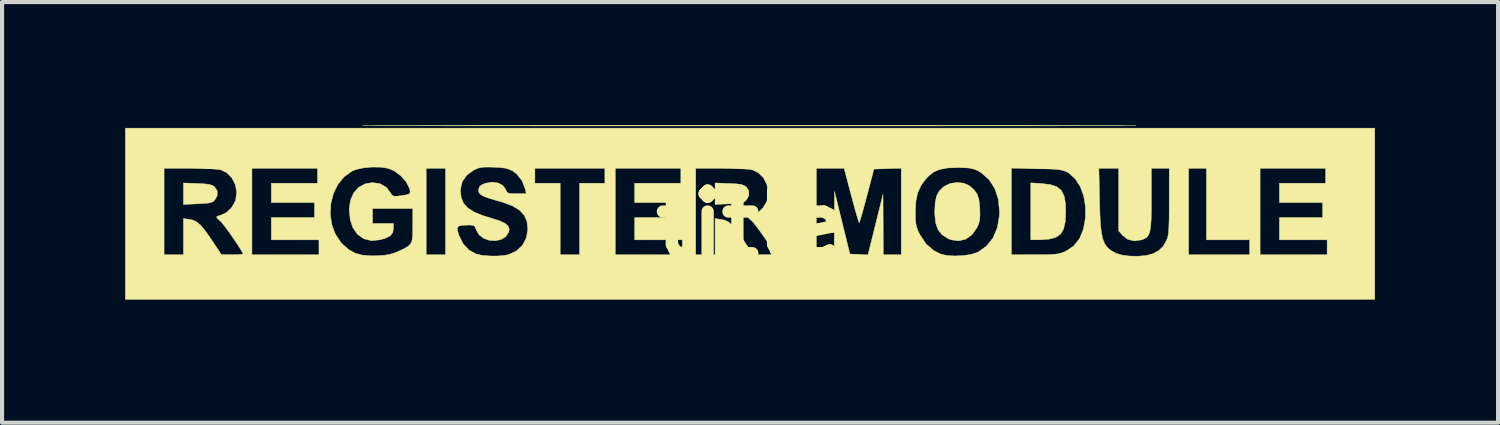
<source format=kicad_pcb>
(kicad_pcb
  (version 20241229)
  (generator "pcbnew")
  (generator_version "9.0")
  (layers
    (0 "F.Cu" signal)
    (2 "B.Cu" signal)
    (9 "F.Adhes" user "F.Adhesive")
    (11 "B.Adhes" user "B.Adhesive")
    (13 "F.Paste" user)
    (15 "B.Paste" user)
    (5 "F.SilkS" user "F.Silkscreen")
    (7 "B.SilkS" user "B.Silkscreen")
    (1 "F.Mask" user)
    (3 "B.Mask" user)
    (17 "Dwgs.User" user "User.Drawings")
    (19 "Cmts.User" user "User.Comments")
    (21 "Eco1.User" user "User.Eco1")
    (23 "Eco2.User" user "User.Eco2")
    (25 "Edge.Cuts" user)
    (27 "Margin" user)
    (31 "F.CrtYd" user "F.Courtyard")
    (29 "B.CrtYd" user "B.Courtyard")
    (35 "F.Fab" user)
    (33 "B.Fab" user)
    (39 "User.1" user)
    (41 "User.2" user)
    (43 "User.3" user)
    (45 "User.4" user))
  (footprint "title"
    (layer "F.Cu")
    (at 15.245 2.431)
    (property "Reference" "title" (at 0 0 0) (layer "F.SilkS") (effects (font (size 1.524 1.524) (thickness 0.3))))
    (attr through_hole)
    (fp_poly (pts (xy -13.484 -1.01) (xy -13.311 -1.001) (xy -13.194 -0.986) (xy -13.117 -0.962) (xy -13.067 -0.929) (xy -13.001 -0.828) (xy -13.003 -0.712) (xy -13.058 -0.614) (xy -13.097 -0.574) (xy -13.149 -0.548) (xy -13.229 -0.531) (xy -13.355 -0.521) (xy -13.475 -0.515) (xy -13.825 -0.499) (xy -13.825 -1.023) (xy -13.484 -1.01)) (stroke (width 0.01) (type solid)) (fill yes) (layer "F.SilkS"))
    (fp_poly (pts (xy -0.53 -1.01) (xy -0.357 -1.001) (xy -0.24 -0.986) (xy -0.163 -0.962) (xy -0.113 -0.929) (xy -0.047 -0.828) (xy -0.049 -0.712) (xy -0.104 -0.614) (xy -0.143 -0.574) (xy -0.195 -0.548) (xy -0.275 -0.531) (xy -0.401 -0.521) (xy -0.521 -0.515) (xy -0.871 -0.499) (xy -0.871 -1.023) (xy -0.53 -1.01)) (stroke (width 0.01) (type solid)) (fill yes) (layer "F.SilkS"))
    (fp_poly (pts (xy 7.092 -1.008) (xy 7.305 -0.982) (xy 7.462 -0.928) (xy 7.57 -0.838) (xy 7.636 -0.703) (xy 7.668 -0.514) (xy 7.674 -0.328) (xy 7.663 -0.086) (xy 7.623 0.095) (xy 7.549 0.222) (xy 7.432 0.303) (xy 7.265 0.347) (xy 7.048 0.361) (xy 6.822 0.363) (xy 6.822 -1.026) (xy 7.092 -1.008)) (stroke (width 0.01) (type solid)) (fill yes) (layer "F.SilkS"))
    (fp_poly (pts (xy 5.191 -1.017) (xy 5.322 -0.958) (xy 5.439 -0.857) (xy 5.515 -0.751) (xy 5.558 -0.619) (xy 5.579 -0.442) (xy 5.581 -0.387) (xy 5.584 -0.226) (xy 5.575 -0.111) (xy 5.549 -0.018) (xy 5.509 0.07) (xy 5.387 0.24) (xy 5.236 0.347) (xy 5.064 0.388) (xy 4.877 0.361) (xy 4.804 0.332) (xy 4.661 0.241) (xy 4.563 0.119) (xy 4.505 -0.045) (xy 4.482 -0.263) (xy 4.482 -0.327) (xy 4.492 -0.54) (xy 4.525 -0.7) (xy 4.589 -0.822) (xy 4.69 -0.923) (xy 4.724 -0.948) (xy 4.863 -1.012) (xy 5.029 -1.035) (xy 5.191 -1.017)) (stroke (width 0.01) (type solid)) (fill yes) (layer "F.SilkS"))
    (fp_poly (pts (xy 0.601 -2.426) (xy 1.712 -2.426) (xy 2.807 -2.425) (xy 3.878 -2.425) (xy 4.913 -2.424) (xy 5.904 -2.424) (xy 6.84 -2.423) (xy 7.593 -2.422) (xy 8.058 -2.421) (xy 8.451 -2.421) (xy 8.774 -2.42) (xy 9.028 -2.42) (xy 9.213 -2.419) (xy 9.33 -2.419) (xy 9.381 -2.418) (xy 9.367 -2.418) (xy 9.287 -2.417) (xy 9.145 -2.417) (xy 8.94 -2.416) (xy 8.674 -2.416) (xy 8.347 -2.415) (xy 7.96 -2.415) (xy 7.516 -2.415) (xy 7.014 -2.414) (xy 6.455 -2.414) (xy 5.841 -2.414) (xy 5.173 -2.414) (xy 4.451 -2.413) (xy 3.677 -2.413) (xy 2.852 -2.413) (xy 1.977 -2.413) (xy 1.052 -2.413) (xy 0.078 -2.413) (xy -0.036 -2.413) (xy -1.015 -2.413) (xy -1.945 -2.413) (xy -2.827 -2.413) (xy -3.658 -2.413) (xy -4.438 -2.413) (xy -5.165 -2.413) (xy -5.84 -2.414) (xy -6.46 -2.414) (xy -7.025 -2.414) (xy -7.534 -2.415) (xy -7.985 -2.415) (xy -8.378 -2.415) (xy -8.712 -2.416) (xy -8.985 -2.416) (xy -9.197 -2.417) (xy -9.347 -2.417) (xy -9.433 -2.418) (xy -9.455 -2.418) (xy -9.412 -2.419) (xy -9.302 -2.419) (xy -9.125 -2.42) (xy -8.88 -2.42) (xy -8.565 -2.421) (xy -8.179 -2.421) (xy -7.722 -2.422) (xy -7.665 -2.422) (xy -6.783 -2.423) (xy -5.839 -2.424) (xy -4.841 -2.425) (xy -3.8 -2.425) (xy -2.726 -2.425) (xy -1.627 -2.426) (xy -0.515 -2.426) (xy 0.601 -2.426)) (stroke (width 0.01) (type solid)) (fill yes) (layer "F.SilkS"))
    (fp_poly (pts (xy 15.204 1.814) (xy -15.24 1.814) (xy -15.24 0.726) (xy -14.297 0.726) (xy -13.825 0.726) (xy -13.825 -0.155) (xy -13.676 -0.135) (xy -13.582 -0.114) (xy -13.497 -0.071) (xy -13.412 0.002) (xy -13.315 0.115) (xy -13.198 0.277) (xy -13.117 0.396) (xy -12.9 0.723) (xy -12.636 0.725) (xy -12.509 0.723) (xy -12.415 0.717) (xy -12.374 0.708) (xy -12.373 0.707) (xy -12.394 0.66) (xy -12.448 0.569) (xy -12.525 0.449) (xy -12.617 0.313) (xy -12.713 0.177) (xy -12.804 0.054) (xy -12.878 -0.042) (xy -12.928 -0.096) (xy -12.93 -0.098) (xy -13.004 -0.162) (xy -13.017 -0.199) (xy -12.967 -0.224) (xy -12.919 -0.236) (xy -12.779 -0.3) (xy -12.656 -0.417) (xy -12.567 -0.568) (xy -12.552 -0.613) (xy -12.528 -0.801) (xy -12.562 -0.985) (xy -12.646 -1.148) (xy -12.772 -1.274) (xy -12.916 -1.343) (xy -12.995 -1.355) (xy -13.131 -1.365) (xy -13.31 -1.373) (xy -13.515 -1.378) (xy -13.671 -1.379) (xy -14.297 -1.379) (xy -12.156 -1.379) (xy -12.156 0.726) (xy -10.523 0.726) (xy -10.523 0.363) (xy -11.684 0.363) (xy -11.684 -0.181) (xy -10.632 -0.181) (xy -10.632 -0.269) (xy -10.247 -0.269) (xy -10.213 -0.018) (xy -10.127 0.217) (xy -9.989 0.425) (xy -9.944 0.473) (xy -9.795 0.603) (xy -9.642 0.688) (xy -9.466 0.736) (xy -9.248 0.752) (xy -9.126 0.75) (xy -8.941 0.74) (xy -8.801 0.719) (xy -8.676 0.68) (xy -8.583 0.641) (xy -8.441 0.574) (xy -8.345 0.517) (xy -8.285 0.454) (xy -8.253 0.37) (xy -8.24 0.249) (xy -8.237 0.075) (xy -8.237 0.013) (xy -8.237 -0.399) (xy -9.217 -0.399) (xy -9.217 -0.036) (xy -8.709 -0.036) (xy -8.709 0.09) (xy -8.726 0.189) (xy -8.784 0.263) (xy -8.895 0.321) (xy -9.039 0.363) (xy -9.247 0.383) (xy -9.43 0.337) (xy -9.582 0.231) (xy -9.696 0.067) (xy -9.761 -0.126) (xy -9.786 -0.374) (xy -9.758 -0.592) (xy -9.681 -0.775) (xy -9.56 -0.914) (xy -9.398 -1.002) (xy -9.218 -1.032) (xy -9.031 -1.004) (xy -8.881 -0.915) (xy -8.787 -0.793) (xy -8.744 -0.727) (xy -8.695 -0.7) (xy -8.614 -0.701) (xy -8.563 -0.708) (xy -8.421 -0.728) (xy -8.338 -0.749) (xy -8.303 -0.78) (xy -8.302 -0.83) (xy -8.322 -0.899) (xy -8.4 -1.052) (xy -8.527 -1.196) (xy -8.683 -1.313) (xy -8.828 -1.377) (xy -8.841 -1.379) (xy -7.91 -1.379) (xy -7.91 0.726) (xy -7.439 0.726) (xy -7.439 0.075) (xy -7.153 0.075) (xy -7.142 0.158) (xy -7.114 0.249) (xy -7.01 0.46) (xy -6.862 0.616) (xy -6.692 0.708) (xy -6.553 0.74) (xy -6.371 0.756) (xy -6.178 0.758) (xy -6 0.743) (xy -5.907 0.724) (xy -5.713 0.635) (xy -5.564 0.495) (xy -5.469 0.314) (xy -5.434 0.105) (xy -5.434 0.104) (xy -5.455 -0.082) (xy -5.519 -0.235) (xy -5.635 -0.36) (xy -5.807 -0.464) (xy -6.043 -0.552) (xy -6.15 -0.583) (xy -6.352 -0.641) (xy -6.491 -0.69) (xy -6.579 -0.738) (xy -6.624 -0.788) (xy -6.635 -0.847) (xy -6.633 -0.864) (xy -6.611 -0.934) (xy -6.549 -0.982) (xy -6.471 -1.014) (xy -6.311 -1.043) (xy -6.163 -1.025) (xy -6.044 -0.963) (xy -5.975 -0.868) (xy -5.949 -0.81) (xy -5.913 -0.779) (xy -5.847 -0.765) (xy -5.732 -0.762) (xy -5.704 -0.762) (xy -5.473 -0.762) (xy -5.498 -0.88) (xy -5.574 -1.077) (xy -5.704 -1.241) (xy -5.797 -1.312) (xy -5.883 -1.355) (xy -5.967 -1.379) (xy -5.261 -1.379) (xy -5.261 -1.016) (xy -4.645 -1.016) (xy -4.645 0.726) (xy -4.173 0.726) (xy -4.173 -1.016) (xy -3.556 -1.016) (xy -3.556 -1.379) (xy -3.302 -1.379) (xy -3.302 0.726) (xy -1.669 0.726) (xy -1.343 0.726) (xy -0.871 0.726) (xy -0.871 -0.155) (xy -0.722 -0.135) (xy -0.628 -0.114) (xy -0.543 -0.071) (xy -0.458 0.002) (xy -0.361 0.115) (xy -0.244 0.277) (xy -0.163 0.396) (xy 0.054 0.723) (xy 0.318 0.725) (xy 0.445 0.723) (xy 0.539 0.717) (xy 0.58 0.708) (xy 0.581 0.707) (xy 0.56 0.66) (xy 0.506 0.569) (xy 0.429 0.449) (xy 0.337 0.313) (xy 0.241 0.177) (xy 0.15 0.054) (xy 0.076 -0.042) (xy 0.026 -0.096) (xy 0.024 -0.098) (xy -0.05 -0.162) (xy -0.063 -0.199) (xy -0.013 -0.224) (xy 0.035 -0.236) (xy 0.175 -0.3) (xy 0.298 -0.417) (xy 0.387 -0.568) (xy 0.402 -0.613) (xy 0.426 -0.801) (xy 0.392 -0.985) (xy 0.308 -1.148) (xy 0.182 -1.274) (xy 0.038 -1.343) (xy -0.041 -1.355) (xy -0.177 -1.365) (xy -0.356 -1.373) (xy -0.561 -1.378) (xy -0.717 -1.379) (xy -1.343 -1.379) (xy 1.597 -1.379) (xy 1.597 0.726) (xy 2.032 0.726) (xy 2.036 -0.045) (xy 2.04 -0.816) (xy 2.227 -0.054) (xy 2.414 0.708) (xy 2.635 0.718) (xy 2.855 0.729) (xy 3.038 -0.007) (xy 3.221 -0.744) (xy 3.225 -0.009) (xy 3.229 0.726) (xy 3.665 0.726) (xy 3.665 -0.327) (xy 4.01 -0.327) (xy 4.012 -0.156) (xy 4.022 -0.034) (xy 4.044 0.064) (xy 4.083 0.162) (xy 4.118 0.234) (xy 4.267 0.459) (xy 4.458 0.625) (xy 4.631 0.711) (xy 4.783 0.745) (xy 4.974 0.756) (xy 5.179 0.746) (xy 5.311 0.726) (xy 6.35 0.726) (xy 6.921 0.725) (xy 7.142 0.724) (xy 7.305 0.721) (xy 7.423 0.713) (xy 7.513 0.699) (xy 7.588 0.677) (xy 7.663 0.646) (xy 7.678 0.639) (xy 7.868 0.513) (xy 8.011 0.332) (xy 8.106 0.097) (xy 8.153 -0.168) (xy 8.155 -0.445) (xy 8.111 -0.705) (xy 8.027 -0.935) (xy 7.905 -1.125) (xy 7.753 -1.261) (xy 7.711 -1.286) (xy 7.648 -1.314) (xy 7.577 -1.335) (xy 7.485 -1.35) (xy 7.359 -1.36) (xy 7.186 -1.367) (xy 6.958 -1.372) (xy 6.603 -1.379) (xy 8.482 -1.379) (xy 8.498 -0.59) (xy 8.507 -0.271) (xy 8.521 -0.015) (xy 8.543 0.185) (xy 8.576 0.34) (xy 8.622 0.457) (xy 8.684 0.546) (xy 8.766 0.616) (xy 8.869 0.675) (xy 8.908 0.694) (xy 9.048 0.735) (xy 9.231 0.758) (xy 9.43 0.762) (xy 9.619 0.747) (xy 9.769 0.713) (xy 9.788 0.706) (xy 9.944 0.623) (xy 10.053 0.514) (xy 10.128 0.381) (xy 10.15 0.325) (xy 10.167 0.259) (xy 10.179 0.173) (xy 10.187 0.056) (xy 10.192 -0.102) (xy 10.195 -0.312) (xy 10.195 -0.572) (xy 10.196 -1.379) (xy 10.668 -1.379) (xy 10.668 0.726) (xy 12.156 0.726) (xy 12.156 0.363) (xy 11.103 0.363) (xy 11.103 -1.379) (xy 12.41 -1.379) (xy 12.41 0.726) (xy 14.043 0.726) (xy 14.043 0.363) (xy 12.881 0.363) (xy 12.881 -0.181) (xy 13.934 -0.181) (xy 13.934 -0.544) (xy 12.881 -0.544) (xy 12.881 -1.016) (xy 14.006 -1.016) (xy 14.006 -1.379) (xy 12.41 -1.379) (xy 11.103 -1.379) (xy 10.668 -1.379) (xy 10.196 -1.379) (xy 9.761 -1.379) (xy 9.761 -0.633) (xy 9.76 -0.349) (xy 9.755 -0.129) (xy 9.743 0.036) (xy 9.724 0.157) (xy 9.694 0.241) (xy 9.652 0.297) (xy 9.595 0.335) (xy 9.523 0.363) (xy 9.346 0.39) (xy 9.186 0.352) (xy 9.057 0.251) (xy 9.055 0.25) (xy 8.963 0.14) (xy 8.963 -1.379) (xy 8.482 -1.379) (xy 6.603 -1.379) (xy 6.35 -1.384) (xy 6.35 0.726) (xy 5.311 0.726) (xy 5.371 0.716) (xy 5.522 0.669) (xy 5.539 0.661) (xy 5.743 0.516) (xy 5.9 0.319) (xy 6.004 0.077) (xy 6.055 -0.205) (xy 6.06 -0.327) (xy 6.031 -0.625) (xy 5.946 -0.885) (xy 5.807 -1.102) (xy 5.617 -1.27) (xy 5.539 -1.317) (xy 5.455 -1.355) (xy 5.365 -1.38) (xy 5.249 -1.392) (xy 5.087 -1.397) (xy 5.026 -1.397) (xy 4.787 -1.387) (xy 4.602 -1.353) (xy 4.455 -1.289) (xy 4.328 -1.189) (xy 4.262 -1.117) (xy 4.144 -0.954) (xy 4.067 -0.785) (xy 4.025 -0.59) (xy 4.011 -0.347) (xy 4.01 -0.327) (xy 3.665 -0.327) (xy 3.665 -1.382) (xy 3 -1.361) (xy 2.831 -0.717) (xy 2.776 -0.511) (xy 2.727 -0.331) (xy 2.686 -0.187) (xy 2.657 -0.092) (xy 2.644 -0.055) (xy 2.63 -0.083) (xy 2.601 -0.171) (xy 2.56 -0.308) (xy 2.511 -0.485) (xy 2.456 -0.69) (xy 2.45 -0.709) (xy 2.274 -1.379) (xy 1.597 -1.379) (xy -1.343 -1.379) (xy -1.343 0.726) (xy -1.669 0.726) (xy -1.669 0.363) (xy -2.83 0.363) (xy -2.83 -0.181) (xy -1.778 -0.181) (xy -1.778 -0.544) (xy -2.83 -0.544) (xy -2.83 -1.016) (xy -1.705 -1.016) (xy -1.705 -1.379) (xy -3.302 -1.379) (xy -3.556 -1.379) (xy -5.261 -1.379) (xy -5.967 -1.379) (xy -5.983 -1.383) (xy -6.119 -1.4) (xy -6.258 -1.407) (xy -6.424 -1.411) (xy -6.541 -1.406) (xy -6.632 -1.387) (xy -6.718 -1.352) (xy -6.749 -1.336) (xy -6.921 -1.214) (xy -7.03 -1.058) (xy -7.075 -0.875) (xy -7.076 -0.844) (xy -7.058 -0.672) (xy -7.001 -0.531) (xy -6.897 -0.414) (xy -6.739 -0.314) (xy -6.52 -0.225) (xy -6.336 -0.169) (xy -6.131 -0.104) (xy -5.992 -0.04) (xy -5.912 0.028) (xy -5.886 0.105) (xy -5.899 0.172) (xy -5.971 0.284) (xy -6.086 0.355) (xy -6.225 0.385) (xy -6.372 0.375) (xy -6.51 0.326) (xy -6.622 0.24) (xy -6.692 0.117) (xy -6.693 0.115) (xy -6.721 0.044) (xy -6.762 0.011) (xy -6.841 0.002) (xy -6.893 0.003) (xy -7.038 0.009) (xy -7.122 0.029) (xy -7.153 0.075) (xy -7.439 0.075) (xy -7.439 -1.379) (xy -7.91 -1.379) (xy -8.841 -1.379) (xy -9.006 -1.407) (xy -9.214 -1.411) (xy -9.425 -1.393) (xy -9.611 -1.353) (xy -9.712 -1.314) (xy -9.908 -1.174) (xy -10.061 -0.988) (xy -10.17 -0.766) (xy -10.232 -0.523) (xy -10.247 -0.269) (xy -10.632 -0.269) (xy -10.632 -0.544) (xy -11.684 -0.544) (xy -11.684 -1.016) (xy -10.559 -1.016) (xy -10.559 -1.379) (xy -12.156 -1.379) (xy -14.297 -1.379) (xy -14.297 0.726) (xy -15.24 0.726) (xy -15.24 -2.359) (xy 15.204 -2.359) (xy 15.204 1.814)) (stroke (width 0.01) (type solid)) (fill yes) (layer "F.SilkS")))
  (gr_rect
    (start -3 -3)
    (end 33.454 7.25)
    (stroke (width 0.1) (type default))
    (fill no)
    (layer "Edge.Cuts")))
</source>
